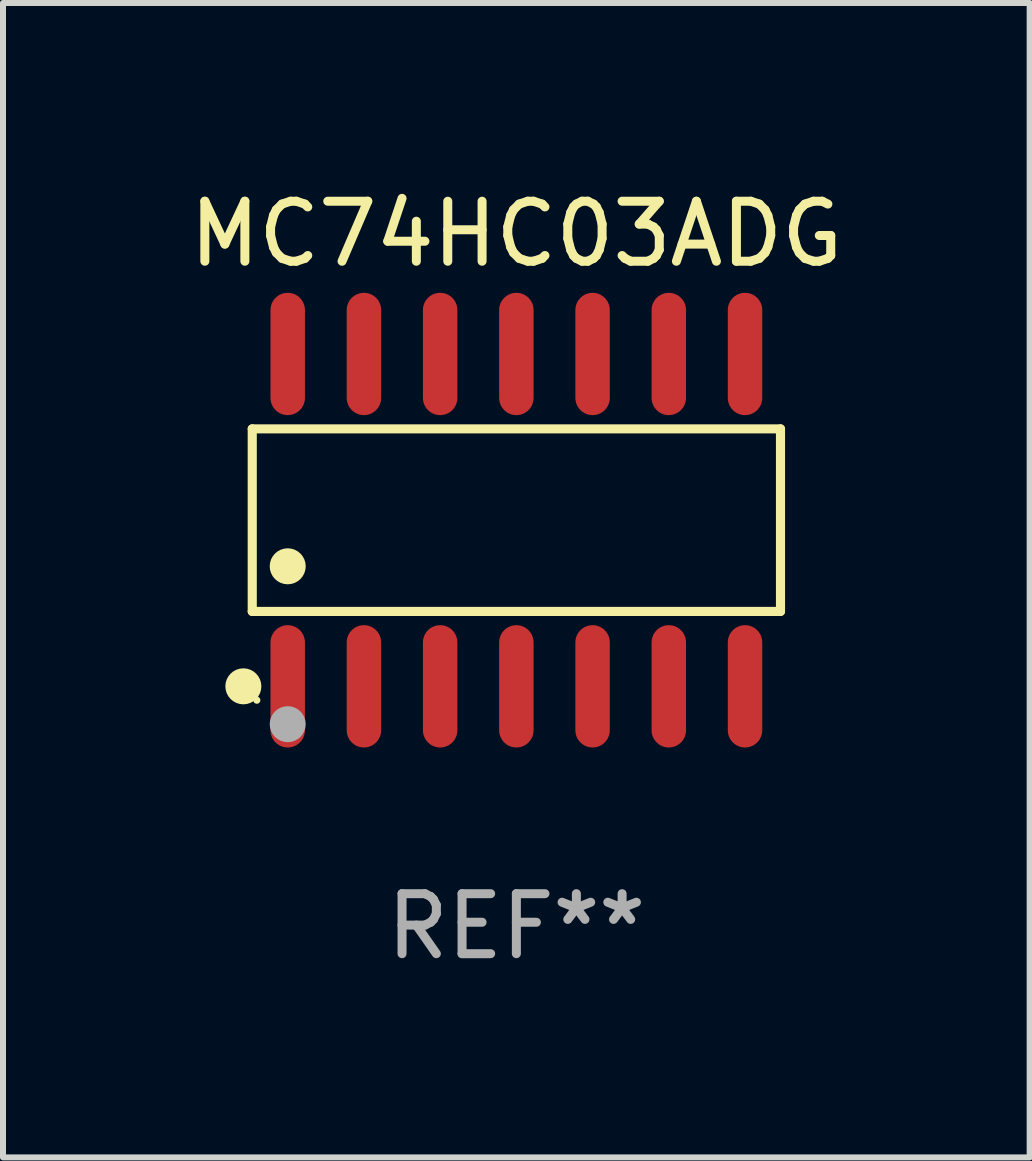
<source format=kicad_pcb>
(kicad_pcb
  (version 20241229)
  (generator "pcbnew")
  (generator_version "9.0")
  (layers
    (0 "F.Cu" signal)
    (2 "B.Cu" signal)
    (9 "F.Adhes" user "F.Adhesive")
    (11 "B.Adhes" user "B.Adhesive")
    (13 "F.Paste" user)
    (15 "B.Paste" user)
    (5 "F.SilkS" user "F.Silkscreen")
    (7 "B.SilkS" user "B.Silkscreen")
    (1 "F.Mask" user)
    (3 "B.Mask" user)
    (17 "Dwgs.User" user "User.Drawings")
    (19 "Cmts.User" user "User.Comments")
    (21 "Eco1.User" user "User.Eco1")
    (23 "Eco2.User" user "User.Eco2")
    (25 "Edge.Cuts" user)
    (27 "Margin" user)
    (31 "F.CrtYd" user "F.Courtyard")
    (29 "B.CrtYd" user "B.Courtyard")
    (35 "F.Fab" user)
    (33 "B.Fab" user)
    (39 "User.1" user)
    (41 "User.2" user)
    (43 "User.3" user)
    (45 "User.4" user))
  (footprint "MC74HC03ADG"
    (layer "F.Cu")
    (at 5.554 5.617)
    (property "Reference" "MC74HC03ADG" (at 0 -4.769 0) (layer "F.SilkS") (effects (font (size 1 1) (thickness 0.15))))
    (attr through_hole)
    (fp_line (start -4.401 -1.521) (end 4.401 -1.521) (stroke (width 0.152) (type solid)) (layer "F.SilkS"))
    (fp_line (start -4.401 1.521) (end -4.401 -1.521) (stroke (width 0.152) (type solid)) (layer "F.SilkS"))
    (fp_line (start 4.401 -1.521) (end 4.401 1.521) (stroke (width 0.152) (type solid)) (layer "F.SilkS"))
    (fp_line (start 4.401 1.521) (end -4.401 1.521) (stroke (width 0.152) (type solid)) (layer "F.SilkS"))
    (fp_circle (center -4.549 2.769) (end -4.399 2.769) (stroke (width 0.3) (type solid)) (fill no) (layer "F.SilkS"))
    (fp_circle (center -4.325 3) (end -4.295 3) (stroke (width 0.06) (type solid)) (fill no) (layer "F.SilkS"))
    (fp_circle (center -3.81 0.769) (end -3.66 0.769) (stroke (width 0.3) (type solid)) (fill no) (layer "F.SilkS"))
    (fp_circle (center -3.81 3.4) (end -3.66 3.4) (stroke (width 0.3) (type solid)) (fill no) (layer "F.Fab"))
    (fp_text user "REF**" (at 0 6.769 0) (layer "F.Fab") (effects (font (size 1 1) (thickness 0.15))))
    (pad "1" smd oval (at -3.81 2.769) (size 0.574 2.038) (layers "F.Cu" "F.Mask" "F.Paste"))
    (pad "2" smd oval (at -2.54 2.769) (size 0.574 2.038) (layers "F.Cu" "F.Mask" "F.Paste"))
    (pad "3" smd oval (at -1.27 2.769) (size 0.574 2.038) (layers "F.Cu" "F.Mask" "F.Paste"))
    (pad "4" smd oval (at 0 2.769) (size 0.574 2.038) (layers "F.Cu" "F.Mask" "F.Paste"))
    (pad "5" smd oval (at 1.27 2.769) (size 0.574 2.038) (layers "F.Cu" "F.Mask" "F.Paste"))
    (pad "6" smd oval (at 2.54 2.769) (size 0.574 2.038) (layers "F.Cu" "F.Mask" "F.Paste"))
    (pad "7" smd oval (at 3.81 2.769) (size 0.574 2.038) (layers "F.Cu" "F.Mask" "F.Paste"))
    (pad "8" smd oval (at 3.81 -2.769) (size 0.574 2.038) (layers "F.Cu" "F.Mask" "F.Paste"))
    (pad "9" smd oval (at 2.54 -2.769) (size 0.574 2.038) (layers "F.Cu" "F.Mask" "F.Paste"))
    (pad "10" smd oval (at 1.27 -2.769) (size 0.574 2.038) (layers "F.Cu" "F.Mask" "F.Paste"))
    (pad "11" smd oval (at 0 -2.769) (size 0.574 2.038) (layers "F.Cu" "F.Mask" "F.Paste"))
    (pad "12" smd oval (at -1.27 -2.769) (size 0.574 2.038) (layers "F.Cu" "F.Mask" "F.Paste"))
    (pad "13" smd oval (at -2.54 -2.769) (size 0.574 2.038) (layers "F.Cu" "F.Mask" "F.Paste"))
    (pad "14" smd oval (at -3.81 -2.769) (size 0.574 2.038) (layers "F.Cu" "F.Mask" "F.Paste")))
  (gr_rect
    (start -3 -3)
    (end 14.107 16.235)
    (stroke (width 0.1) (type default))
    (fill no)
    (layer "Edge.Cuts")))
</source>
